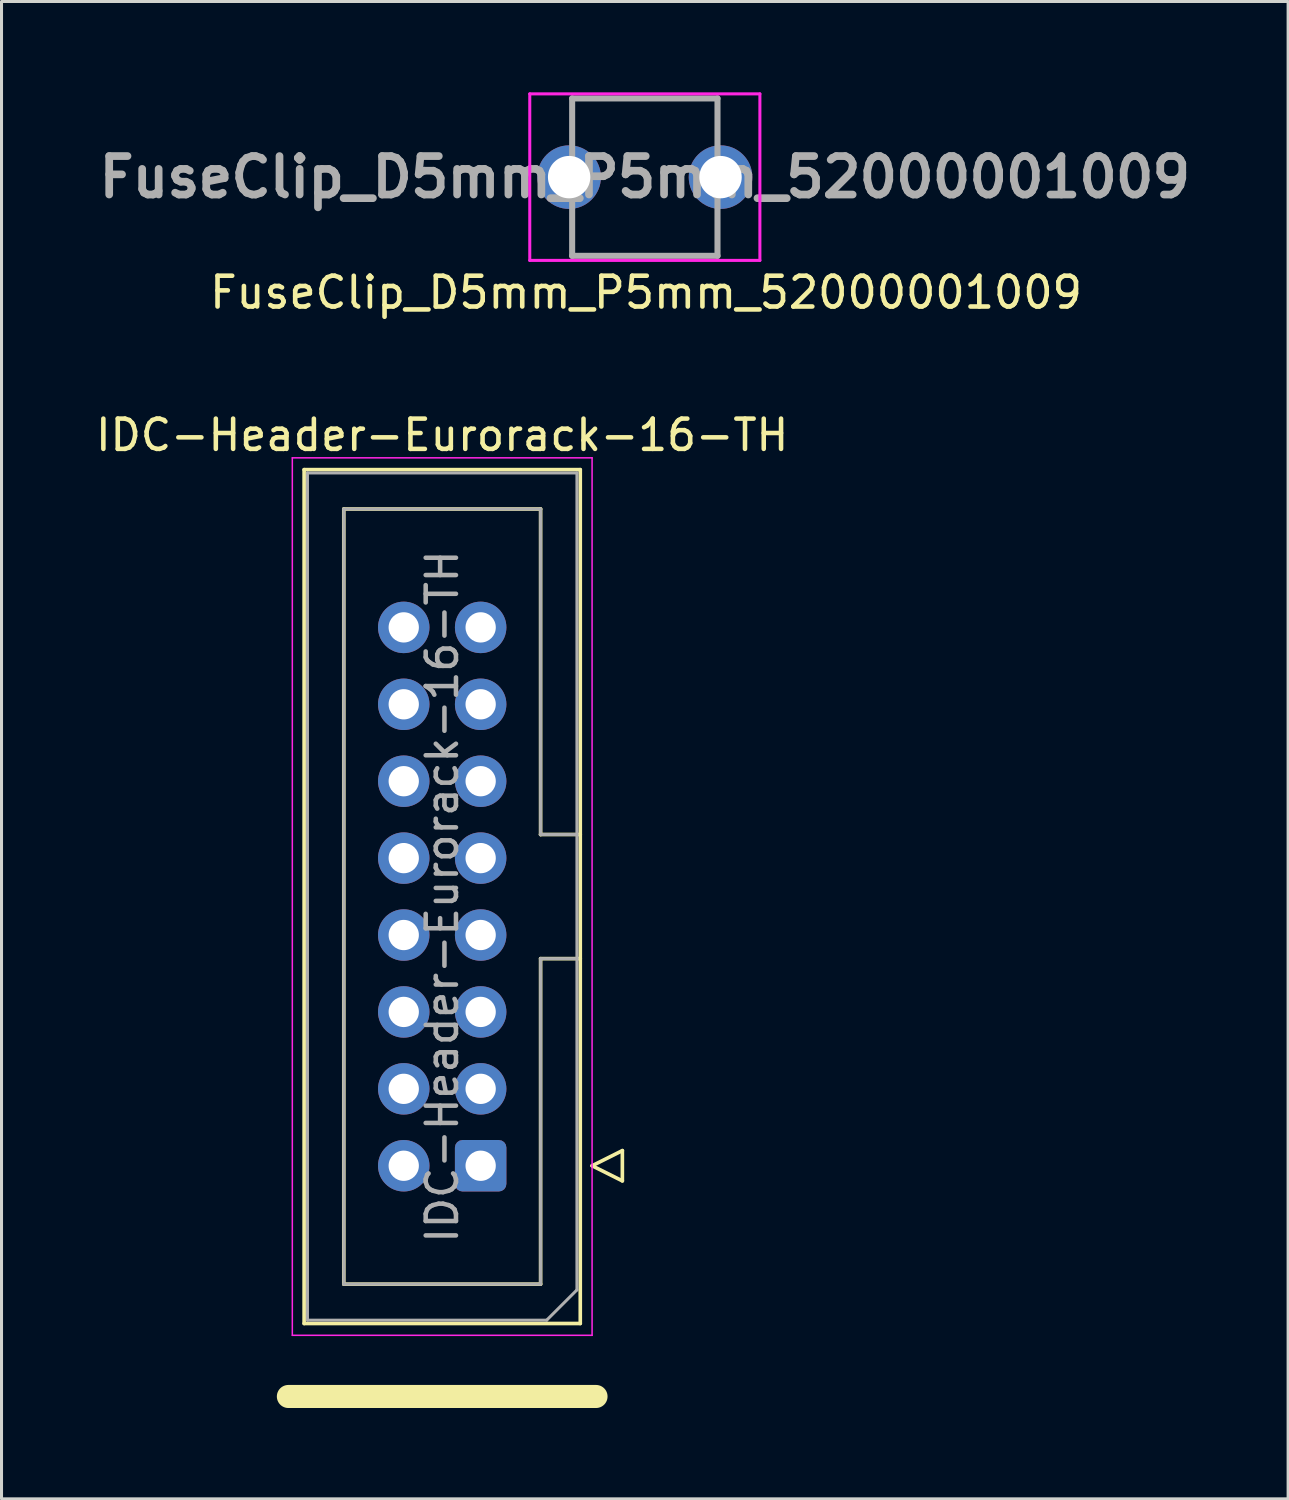
<source format=kicad_pcb>
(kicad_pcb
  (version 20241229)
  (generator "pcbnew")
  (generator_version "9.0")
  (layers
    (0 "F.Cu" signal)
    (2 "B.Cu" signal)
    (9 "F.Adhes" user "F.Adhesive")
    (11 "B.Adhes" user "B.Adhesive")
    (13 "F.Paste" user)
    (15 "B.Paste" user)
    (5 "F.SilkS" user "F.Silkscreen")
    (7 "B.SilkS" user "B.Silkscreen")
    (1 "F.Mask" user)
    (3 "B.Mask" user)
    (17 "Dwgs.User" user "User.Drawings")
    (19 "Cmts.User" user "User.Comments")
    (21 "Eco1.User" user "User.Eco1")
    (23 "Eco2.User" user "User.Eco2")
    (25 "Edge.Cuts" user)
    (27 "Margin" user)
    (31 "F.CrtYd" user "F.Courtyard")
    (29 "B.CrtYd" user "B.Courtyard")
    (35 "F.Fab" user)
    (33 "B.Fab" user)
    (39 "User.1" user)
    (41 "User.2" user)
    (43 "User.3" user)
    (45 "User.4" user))
  (footprint "FuseClip_D5mm_P5mm_52000001009"
    (layer "F.Cu")
    (at 15.746 2.8)
    (property "Reference" "FuseClip_D5mm_P5mm_52000001009" (at 2.54 3.81 0) (layer "F.SilkS") (effects (font (size 1.016 1.016) (thickness 0.152))))
    (attr through_hole)
    (fp_line (start 0.1 -2.6) (end 4.9 -2.6) (stroke (width 0.1) (type solid)) (layer "F.SilkS"))
    (fp_line (start 0.1 -1.5) (end 0.1 -2.6) (stroke (width 0.1) (type solid)) (layer "F.SilkS"))
    (fp_line (start 0.1 1.5) (end 0.1 2.6) (stroke (width 0.1) (type solid)) (layer "F.SilkS"))
    (fp_line (start 0.1 2.6) (end 4.9 2.6) (stroke (width 0.1) (type solid)) (layer "F.SilkS"))
    (fp_line (start 4.9 -2.6) (end 4.9 -1.5) (stroke (width 0.1) (type solid)) (layer "F.SilkS"))
    (fp_line (start 4.9 2.6) (end 4.9 1.5) (stroke (width 0.1) (type solid)) (layer "F.SilkS"))
    (fp_line (start -1.3 -2.75) (end 6.3 -2.75) (stroke (width 0.1) (type solid)) (layer "F.CrtYd"))
    (fp_line (start -1.3 2.75) (end -1.3 -2.75) (stroke (width 0.1) (type solid)) (layer "F.CrtYd"))
    (fp_line (start 6.3 -2.75) (end 6.3 2.75) (stroke (width 0.1) (type solid)) (layer "F.CrtYd"))
    (fp_line (start 6.3 2.75) (end -1.3 2.75) (stroke (width 0.1) (type solid)) (layer "F.CrtYd"))
    (fp_line (start 0.1 -2.6) (end 4.9 -2.6) (stroke (width 0.2) (type solid)) (layer "F.Fab"))
    (fp_line (start 0.1 2.6) (end 0.1 -2.6) (stroke (width 0.2) (type solid)) (layer "F.Fab"))
    (fp_line (start 4.9 -2.6) (end 4.9 2.6) (stroke (width 0.2) (type solid)) (layer "F.Fab"))
    (fp_line (start 4.9 2.6) (end 0.1 2.6) (stroke (width 0.2) (type solid)) (layer "F.Fab"))
    (fp_text user "${REFERENCE}" (at 2.5 0 0) (layer "F.Fab") (effects (font (size 1.27 1.27) (thickness 0.254))))
    (pad "1" thru_hole circle (at 0 0) (size 2.1 2.1) (drill 1.4) (layers "*.Cu" "*.Mask"))
    (pad "1" thru_hole circle (at 5 0) (size 2.1 2.1) (drill 1.4) (layers "*.Cu" "*.Mask")))
  (footprint "IDC-Header-Eurorack-16-TH"
    (layer "F.Cu")
    (at 12.824 35.45)
    (property "Reference" "IDC-Header-Eurorack-16-TH" (at -1.27 -24.13 0) (layer "F.SilkS") (effects (font (size 1 1) (thickness 0.15))))
    (attr through_hole)
    (fp_line (start -6.35 7.62) (end 3.81 7.62) (stroke (width 0.762) (type solid)) (layer "F.SilkS"))
    (fp_line (start -5.83 -22.99) (end 3.29 -22.99) (stroke (width 0.12) (type solid)) (layer "F.SilkS"))
    (fp_line (start -5.83 5.21) (end -5.83 -22.99) (stroke (width 0.12) (type solid)) (layer "F.SilkS"))
    (fp_line (start -4.52 -21.69) (end 1.98 -21.69) (stroke (width 0.12) (type solid)) (layer "F.SilkS"))
    (fp_line (start -4.52 3.91) (end -4.52 -21.69) (stroke (width 0.12) (type solid)) (layer "F.SilkS"))
    (fp_line (start 1.98 -21.69) (end 1.98 -10.94) (stroke (width 0.12) (type solid)) (layer "F.SilkS"))
    (fp_line (start 1.98 -10.94) (end 1.98 -10.94) (stroke (width 0.12) (type solid)) (layer "F.SilkS"))
    (fp_line (start 1.98 -10.94) (end 3.29 -10.94) (stroke (width 0.12) (type solid)) (layer "F.SilkS"))
    (fp_line (start 1.98 -6.84) (end 1.98 3.91) (stroke (width 0.12) (type solid)) (layer "F.SilkS"))
    (fp_line (start 1.98 3.91) (end -4.52 3.91) (stroke (width 0.12) (type solid)) (layer "F.SilkS"))
    (fp_line (start 3.29 -22.99) (end 3.29 5.21) (stroke (width 0.12) (type solid)) (layer "F.SilkS"))
    (fp_line (start 3.29 -6.84) (end 1.98 -6.84) (stroke (width 0.12) (type solid)) (layer "F.SilkS"))
    (fp_line (start 3.29 5.21) (end -5.83 5.21) (stroke (width 0.12) (type solid)) (layer "F.SilkS"))
    (fp_line (start 3.68 0) (end 4.68 0.5) (stroke (width 0.12) (type solid)) (layer "F.SilkS"))
    (fp_line (start 4.68 -0.5) (end 3.68 0) (stroke (width 0.12) (type solid)) (layer "F.SilkS"))
    (fp_line (start 4.68 0.5) (end 4.68 -0.5) (stroke (width 0.12) (type solid)) (layer "F.SilkS"))
    (fp_line (start -6.22 -23.38) (end -6.22 5.6) (stroke (width 0.05) (type solid)) (layer "F.CrtYd"))
    (fp_line (start -6.22 5.6) (end 3.68 5.6) (stroke (width 0.05) (type solid)) (layer "F.CrtYd"))
    (fp_line (start 3.68 -23.38) (end -6.22 -23.38) (stroke (width 0.05) (type solid)) (layer "F.CrtYd"))
    (fp_line (start 3.68 5.6) (end 3.68 -23.38) (stroke (width 0.05) (type solid)) (layer "F.CrtYd"))
    (fp_line (start -5.72 -22.88) (end 3.18 -22.88) (stroke (width 0.1) (type solid)) (layer "F.Fab"))
    (fp_line (start -5.72 5.1) (end -5.72 -22.88) (stroke (width 0.1) (type solid)) (layer "F.Fab"))
    (fp_line (start -4.52 -21.69) (end 1.98 -21.69) (stroke (width 0.1) (type solid)) (layer "F.Fab"))
    (fp_line (start -4.52 3.91) (end -4.52 -21.69) (stroke (width 0.1) (type solid)) (layer "F.Fab"))
    (fp_line (start 1.98 -21.69) (end 1.98 -10.94) (stroke (width 0.1) (type solid)) (layer "F.Fab"))
    (fp_line (start 1.98 -10.94) (end 1.98 -10.94) (stroke (width 0.1) (type solid)) (layer "F.Fab"))
    (fp_line (start 1.98 -10.94) (end 3.18 -10.94) (stroke (width 0.1) (type solid)) (layer "F.Fab"))
    (fp_line (start 1.98 -6.84) (end 1.98 3.91) (stroke (width 0.1) (type solid)) (layer "F.Fab"))
    (fp_line (start 1.98 3.91) (end -4.52 3.91) (stroke (width 0.1) (type solid)) (layer "F.Fab"))
    (fp_line (start 2.18 5.1) (end -5.72 5.1) (stroke (width 0.1) (type solid)) (layer "F.Fab"))
    (fp_line (start 3.18 -22.88) (end 3.18 4.1) (stroke (width 0.1) (type solid)) (layer "F.Fab"))
    (fp_line (start 3.18 -6.84) (end 1.98 -6.84) (stroke (width 0.1) (type solid)) (layer "F.Fab"))
    (fp_line (start 3.18 4.1) (end 2.18 5.1) (stroke (width 0.1) (type solid)) (layer "F.Fab"))
    (fp_text user "${REFERENCE}" (at -1.27 -8.89 90) (layer "F.Fab") (effects (font (size 1 1) (thickness 0.15))))
    (pad "1" thru_hole roundrect (at 0 0 180) (size 1.7 1.7) (drill 1) (layers "*.Cu" "*.Mask") (roundrect_rratio 0.147))
    (pad "2" thru_hole circle (at -2.54 0 180) (size 1.7 1.7) (drill 1) (layers "*.Cu" "*.Mask"))
    (pad "3" thru_hole circle (at 0 -2.54 180) (size 1.7 1.7) (drill 1) (layers "*.Cu" "*.Mask"))
    (pad "4" thru_hole circle (at -2.54 -2.54 180) (size 1.7 1.7) (drill 1) (layers "*.Cu" "*.Mask"))
    (pad "5" thru_hole circle (at 0 -5.08 180) (size 1.7 1.7) (drill 1) (layers "*.Cu" "*.Mask"))
    (pad "6" thru_hole circle (at -2.54 -5.08 180) (size 1.7 1.7) (drill 1) (layers "*.Cu" "*.Mask"))
    (pad "7" thru_hole circle (at 0 -7.62 180) (size 1.7 1.7) (drill 1) (layers "*.Cu" "*.Mask"))
    (pad "8" thru_hole circle (at -2.54 -7.62 180) (size 1.7 1.7) (drill 1) (layers "*.Cu" "*.Mask"))
    (pad "9" thru_hole circle (at 0 -10.16 180) (size 1.7 1.7) (drill 1) (layers "*.Cu" "*.Mask"))
    (pad "10" thru_hole circle (at -2.54 -10.16 180) (size 1.7 1.7) (drill 1) (layers "*.Cu" "*.Mask"))
    (pad "11" thru_hole circle (at 0 -12.7 180) (size 1.7 1.7) (drill 1) (layers "*.Cu" "*.Mask"))
    (pad "12" thru_hole circle (at -2.54 -12.7 180) (size 1.7 1.7) (drill 1) (layers "*.Cu" "*.Mask"))
    (pad "13" thru_hole circle (at 0 -15.24 180) (size 1.7 1.7) (drill 1) (layers "*.Cu" "*.Mask"))
    (pad "14" thru_hole circle (at -2.54 -15.24 180) (size 1.7 1.7) (drill 1) (layers "*.Cu" "*.Mask"))
    (pad "15" thru_hole circle (at 0 -17.78 180) (size 1.7 1.7) (drill 1) (layers "*.Cu" "*.Mask"))
    (pad "16" thru_hole circle (at -2.54 -17.78 180) (size 1.7 1.7) (drill 1) (layers "*.Cu" "*.Mask")))
  (gr_rect
    (start -3 -3)
    (end 39.491 46.451)
    (stroke (width 0.1) (type default))
    (fill no)
    (layer "Edge.Cuts")))
</source>
